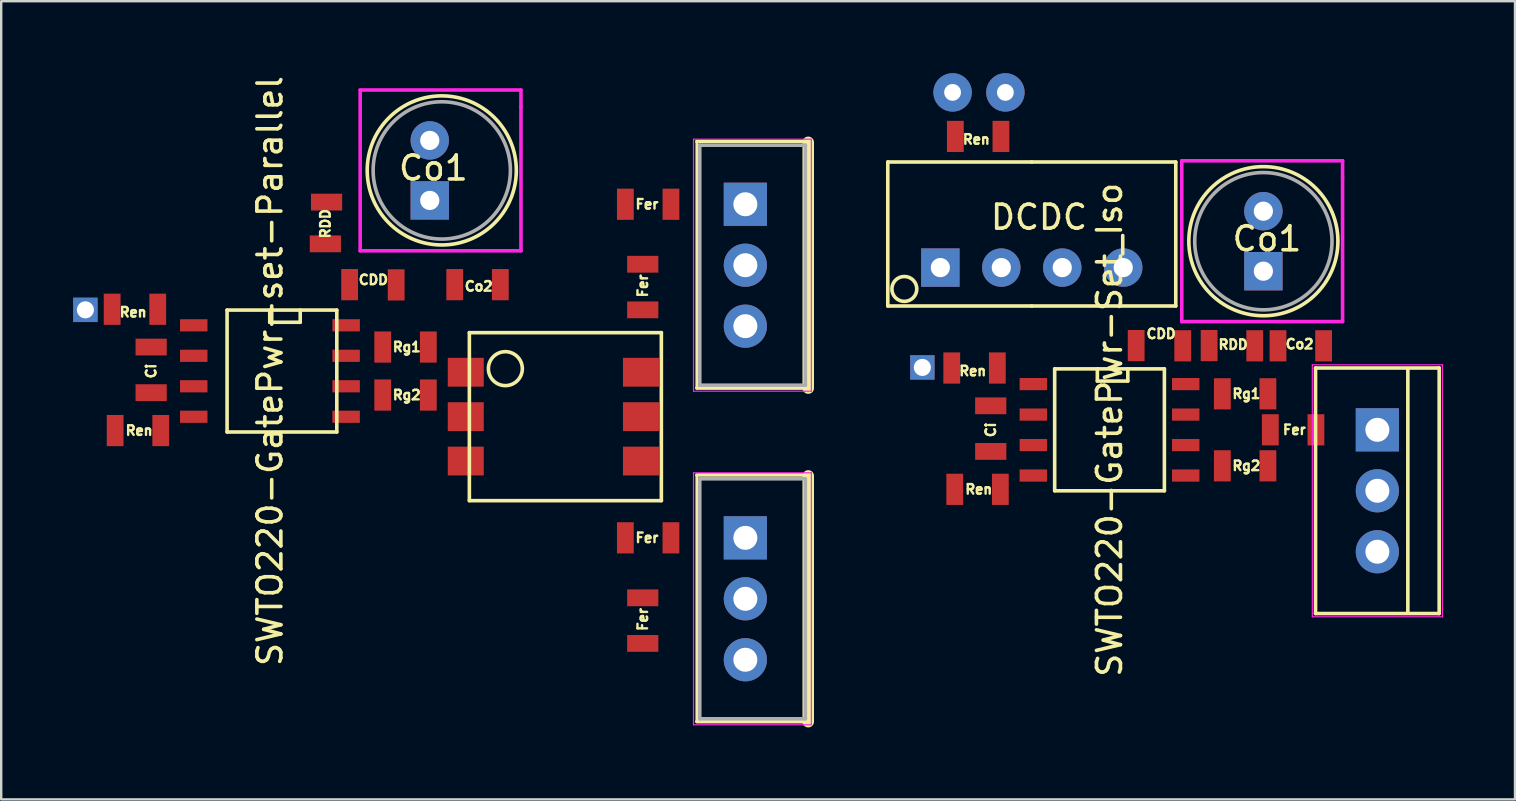
<source format=kicad_pcb>
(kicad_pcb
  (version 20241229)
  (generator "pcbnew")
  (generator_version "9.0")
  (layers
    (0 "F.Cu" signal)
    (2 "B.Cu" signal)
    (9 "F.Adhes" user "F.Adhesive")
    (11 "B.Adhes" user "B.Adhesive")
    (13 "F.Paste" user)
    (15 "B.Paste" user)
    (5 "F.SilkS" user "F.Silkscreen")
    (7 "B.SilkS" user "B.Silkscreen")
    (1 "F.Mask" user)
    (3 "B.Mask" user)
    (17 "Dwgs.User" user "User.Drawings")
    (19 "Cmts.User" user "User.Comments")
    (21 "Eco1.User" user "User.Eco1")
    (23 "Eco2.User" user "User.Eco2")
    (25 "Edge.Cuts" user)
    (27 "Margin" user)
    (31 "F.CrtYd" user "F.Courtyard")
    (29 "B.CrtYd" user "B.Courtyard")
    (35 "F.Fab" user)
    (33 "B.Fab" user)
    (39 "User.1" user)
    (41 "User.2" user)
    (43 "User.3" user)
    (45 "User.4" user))
  (footprint "SWTO220-GatePwr-set-Parallel"
    (layer "F.Cu")
    (at 28.008 14.951)
    (property "Reference" "SWTO220-GatePwr-set-Parallel" (at -19.81 -2.54 90) (layer "F.SilkS") (effects (font (size 1 1) (thickness 0.15))))
    (attr smd)
    (fp_line (start -21.596 -5.08) (end -17.024 -5.08) (stroke (width 0.15) (type solid)) (layer "F.SilkS"))
    (fp_line (start -21.596 0) (end -21.596 -5.08) (stroke (width 0.15) (type solid)) (layer "F.SilkS"))
    (fp_line (start -19.818 -4.572) (end -19.818 -5.08) (stroke (width 0.15) (type solid)) (layer "F.SilkS"))
    (fp_line (start -18.548 -5.08) (end -18.548 -4.572) (stroke (width 0.15) (type solid)) (layer "F.SilkS"))
    (fp_line (start -18.548 -4.572) (end -19.818 -4.572) (stroke (width 0.15) (type solid)) (layer "F.SilkS"))
    (fp_line (start -17.024 -5.08) (end -17.024 0) (stroke (width 0.15) (type solid)) (layer "F.SilkS"))
    (fp_line (start -17.024 0) (end -21.596 0) (stroke (width 0.15) (type solid)) (layer "F.SilkS"))
    (fp_line (start -11.5 -4.14) (end -3.5 -4.14) (stroke (width 0.15) (type solid)) (layer "F.SilkS"))
    (fp_line (start -11.5 2.86) (end -11.5 -4.14) (stroke (width 0.15) (type solid)) (layer "F.SilkS"))
    (fp_line (start -3.5 -4.14) (end -3.5 2.86) (stroke (width 0.15) (type solid)) (layer "F.SilkS"))
    (fp_line (start -3.5 2.86) (end -11.5 2.86) (stroke (width 0.15) (type solid)) (layer "F.SilkS"))
    (fp_line (start -2.021 -12.07) (end -2.021 -1.83) (stroke (width 0.12) (type solid)) (layer "F.SilkS"))
    (fp_line (start -2.021 1.83) (end -2.021 12.07) (stroke (width 0.12) (type solid)) (layer "F.SilkS"))
    (fp_line (start 2.62 -12.11) (end -2.021 -12.11) (stroke (width 0.15) (type solid)) (layer "F.SilkS"))
    (fp_line (start 2.62 -12.07) (end 2.62 -1.83) (stroke (width 0.48) (type solid)) (layer "F.SilkS"))
    (fp_line (start 2.62 -1.83) (end -2.021 -1.83) (stroke (width 0.15) (type solid)) (layer "F.SilkS"))
    (fp_line (start 2.62 1.79) (end -2.021 1.79) (stroke (width 0.15) (type solid)) (layer "F.SilkS"))
    (fp_line (start 2.62 1.83) (end 2.62 12.07) (stroke (width 0.48) (type solid)) (layer "F.SilkS"))
    (fp_line (start 2.62 12.07) (end -2.021 12.07) (stroke (width 0.15) (type solid)) (layer "F.SilkS"))
    (fp_circle (center -12.65 -10.9) (end -15.25 -9.2) (stroke (width 0.15) (type solid)) (fill no) (layer "F.SilkS"))
    (fp_circle (center -10 -2.64) (end -10.5 -3.14) (stroke (width 0.15) (type solid)) (fill no) (layer "F.SilkS"))
    (fp_line (start -16.05 -14.25) (end -9.35 -14.25) (stroke (width 0.15) (type solid)) (layer "F.CrtYd"))
    (fp_line (start -16.05 -7.55) (end -16.05 -14.25) (stroke (width 0.15) (type solid)) (layer "F.CrtYd"))
    (fp_line (start -9.35 -13.55) (end -9.35 -14.25) (stroke (width 0.15) (type solid)) (layer "F.CrtYd"))
    (fp_line (start -9.35 -7.55) (end -16.05 -7.55) (stroke (width 0.15) (type solid)) (layer "F.CrtYd"))
    (fp_line (start -9.35 -7.55) (end -9.35 -13.55) (stroke (width 0.15) (type solid)) (layer "F.CrtYd"))
    (fp_line (start -2.16 -12.2) (end -2.16 -1.7) (stroke (width 0.05) (type solid)) (layer "F.CrtYd"))
    (fp_line (start -2.16 -1.7) (end 2.75 -1.7) (stroke (width 0.05) (type solid)) (layer "F.CrtYd"))
    (fp_line (start -2.16 1.7) (end -2.16 12.2) (stroke (width 0.05) (type solid)) (layer "F.CrtYd"))
    (fp_line (start -2.16 12.2) (end 2.75 12.2) (stroke (width 0.05) (type solid)) (layer "F.CrtYd"))
    (fp_line (start 2.75 -12.2) (end -2.16 -12.2) (stroke (width 0.05) (type solid)) (layer "F.CrtYd"))
    (fp_line (start 2.75 -1.7) (end 2.75 -12.2) (stroke (width 0.05) (type solid)) (layer "F.CrtYd"))
    (fp_line (start 2.75 1.7) (end -2.16 1.7) (stroke (width 0.05) (type solid)) (layer "F.CrtYd"))
    (fp_line (start 2.75 12.2) (end 2.75 1.7) (stroke (width 0.05) (type solid)) (layer "F.CrtYd"))
    (fp_line (start -1.9 -11.95) (end -1.9 -1.95) (stroke (width 0.15) (type solid)) (layer "F.Fab"))
    (fp_line (start -1.9 -1.95) (end 2.5 -1.95) (stroke (width 0.15) (type solid)) (layer "F.Fab"))
    (fp_line (start -1.9 1.95) (end -1.9 11.95) (stroke (width 0.15) (type solid)) (layer "F.Fab"))
    (fp_line (start -1.9 11.95) (end 2.5 11.95) (stroke (width 0.15) (type solid)) (layer "F.Fab"))
    (fp_line (start 2.5 -11.95) (end -1.9 -11.95) (stroke (width 0.15) (type solid)) (layer "F.Fab"))
    (fp_line (start 2.5 -1.95) (end 2.5 -11.95) (stroke (width 0.15) (type solid)) (layer "F.Fab"))
    (fp_line (start 2.5 1.95) (end -1.9 1.95) (stroke (width 0.15) (type solid)) (layer "F.Fab"))
    (fp_line (start 2.5 11.95) (end 2.5 1.95) (stroke (width 0.15) (type solid)) (layer "F.Fab"))
    (fp_circle (center -12.65 -10.9) (end -14.95 -9.2) (stroke (width 0.15) (type solid)) (fill no) (layer "F.Fab"))
    (fp_text user "Fer" (at -4.1 -9.49 180) (layer "F.SilkS") (effects (font (size 0.4 0.4) (thickness 0.1))))
    (fp_text user "Fer" (at -4.1 4.41 180) (layer "F.SilkS") (effects (font (size 0.4 0.4) (thickness 0.1))))
    (fp_text user "Co1" (at -13 -11 0) (layer "F.SilkS") (effects (font (size 1 1) (thickness 0.15))))
    (fp_text user "Co2" (at -11.11 -6.07 180) (layer "F.SilkS") (effects (font (size 0.4 0.4) (thickness 0.1))))
    (fp_text user "CDD" (at -15.5 -6.34 180) (layer "F.SilkS") (effects (font (size 0.4 0.4) (thickness 0.1))))
    (fp_text user "Rg2" (at -14.11 -1.54 0) (layer "F.SilkS") (effects (font (size 0.4 0.4) (thickness 0.1))))
    (fp_text user "Fer" (at -4.275 7.81 90) (layer "F.SilkS") (effects (font (size 0.4 0.4) (thickness 0.1))))
    (fp_text user "Fer" (at -4.275 -6.09 90) (layer "F.SilkS") (effects (font (size 0.4 0.4) (thickness 0.1))))
    (fp_text user "Ren" (at -25.26 -0.06 0) (layer "F.SilkS") (effects (font (size 0.4 0.4) (thickness 0.1))))
    (fp_text user "Ren" (at -25.51 -4.99 0) (layer "F.SilkS") (effects (font (size 0.4 0.4) (thickness 0.1))))
    (fp_text user "RDD" (at -17.5 -8.68 90) (layer "F.SilkS") (effects (font (size 0.4 0.4) (thickness 0.1))))
    (fp_text user "Rg1" (at -14.11 -3.54 0) (layer "F.SilkS") (effects (font (size 0.4 0.4) (thickness 0.1))))
    (fp_text user "Ci" (at -24.76 -2.54 90) (layer "F.SilkS") (effects (font (size 0.4 0.4) (thickness 0.1))))
    (pad "+Vo" smd rect (at -17.45 -9.58 90) (size 0.7 1.3) (layers "F.Cu" "F.Mask" "F.Paste"))
    (pad "+Vo" thru_hole rect (at -13.15 -9.65 180) (size 1.6 1.6) (drill 0.8) (layers "*.Cu" "*.Mask"))
    (pad "+Vo" smd rect (at -10.21 -6.14) (size 0.7 1.3) (layers "F.Cu" "F.Mask" "F.Paste"))
    (pad "1" smd rect (at -13.21 -3.54) (size 0.7 1.3) (layers "F.Cu" "F.Mask" "F.Paste"))
    (pad "1" smd rect (at -13.21 -1.54) (size 0.7 1.3) (layers "F.Cu" "F.Mask" "F.Paste"))
    (pad "1" smd rect (at -11.65 -2.49 180) (size 1.5 1.2) (layers "F.Cu" "F.Mask" "F.Paste"))
    (pad "2" smd rect (at -11.65 -0.64 180) (size 1.5 1.2) (layers "F.Cu" "F.Mask" "F.Paste"))
    (pad "3" smd rect (at -16.635 -0.635 270) (size 0.508 1.143) (layers "F.Cu" "F.Mask" "F.Paste"))
    (pad "3" smd rect (at -14.55 -6.13 180) (size 0.7 1.3) (layers "F.Cu" "F.Mask" "F.Paste"))
    (pad "3" thru_hole circle (at -13.15 -12.15 180) (size 1.6 1.6) (drill 0.8) (layers "*.Cu" "*.Mask"))
    (pad "3" smd rect (at -12.11 -6.14) (size 0.7 1.3) (layers "F.Cu" "F.Mask" "F.Paste"))
    (pad "3" smd rect (at -11.65 1.21 180) (size 1.5 1.2) (layers "F.Cu" "F.Mask" "F.Paste"))
    (pad "5" smd rect (at -4.35 -0.64 180) (size 1.5 1.2) (layers "F.Cu" "F.Mask" "F.Paste"))
    (pad "6" smd rect (at -5 -9.49 180) (size 0.7 1.3) (layers "F.Cu" "F.Mask" "F.Paste"))
    (pad "6" smd rect (at -5 4.41 180) (size 0.7 1.3) (layers "F.Cu" "F.Mask" "F.Paste"))
    (pad "6" smd rect (at -4.35 -2.49 180) (size 1.5 1.2) (layers "F.Cu" "F.Mask" "F.Paste"))
    (pad "6" smd rect (at -4.275 -6.99 90) (size 0.7 1.3) (layers "F.Cu" "F.Mask" "F.Paste"))
    (pad "6" smd rect (at -4.275 6.91 90) (size 0.7 1.3) (layers "F.Cu" "F.Mask" "F.Paste"))
    (pad "D" thru_hole circle (at 0 -6.95 180) (size 1.8 1.8) (drill 1) (layers "*.Cu" "*.Mask"))
    (pad "D" thru_hole circle (at 0 6.95 180) (size 1.8 1.8) (drill 1) (layers "*.Cu" "*.Mask"))
    (pad "EN" smd rect (at -24.36 -0.06) (size 0.7 1.3) (layers "F.Cu" "F.Mask" "F.Paste"))
    (pad "EN" smd rect (at -22.985 -0.635 270) (size 0.508 1.143) (layers "F.Cu" "F.Mask" "F.Paste"))
    (pad "GNDi" smd rect (at -24.76 -1.64 270) (size 0.7 1.3) (layers "F.Cu" "F.Mask" "F.Paste"))
    (pad "GNDi" smd rect (at -22.985 -1.905 270) (size 0.508 1.143) (layers "F.Cu" "F.Mask" "F.Paste"))
    (pad "Ga" smd rect (at -3.1 -9.49 180) (size 0.7 1.3) (layers "F.Cu" "F.Mask" "F.Paste"))
    (pad "Ga" thru_hole rect (at 0 -9.49 180) (size 1.8 1.8) (drill 1) (layers "*.Cu" "*.Mask"))
    (pad "Gb" smd rect (at -3.1 4.41 180) (size 0.7 1.3) (layers "F.Cu" "F.Mask" "F.Paste"))
    (pad "Gb" thru_hole rect (at 0 4.41 180) (size 1.8 1.8) (drill 1) (layers "*.Cu" "*.Mask"))
    (pad "S" smd rect (at -4.35 1.21 180) (size 1.5 1.2) (layers "F.Cu" "F.Mask" "F.Paste"))
    (pad "S" smd rect (at -4.275 -5.09 90) (size 0.7 1.3) (layers "F.Cu" "F.Mask" "F.Paste"))
    (pad "S" smd rect (at -4.275 8.81 90) (size 0.7 1.3) (layers "F.Cu" "F.Mask" "F.Paste"))
    (pad "S" thru_hole circle (at 0 -4.41 180) (size 1.8 1.8) (drill 1) (layers "*.Cu" "*.Mask"))
    (pad "S" thru_hole circle (at 0 9.49 180) (size 1.8 1.8) (drill 1) (layers "*.Cu" "*.Mask"))
    (pad "VDD" smd rect (at -17.5 -7.84 90) (size 0.7 1.3) (layers "F.Cu" "F.Mask" "F.Paste"))
    (pad "VDD" smd rect (at -16.635 -4.445 270) (size 0.508 1.143) (layers "F.Cu" "F.Mask" "F.Paste"))
    (pad "VDD" smd rect (at -16.49 -6.14 180) (size 0.7 1.3) (layers "F.Cu" "F.Mask" "F.Paste"))
    (pad "VDDi" smd rect (at -26.26 -0.06) (size 0.7 1.3) (layers "F.Cu" "F.Mask" "F.Paste"))
    (pad "VDDi" smd rect (at -24.76 -3.54 270) (size 0.7 1.3) (layers "F.Cu" "F.Mask" "F.Paste"))
    (pad "VDDi" smd rect (at -22.985 -3.175 270) (size 0.508 1.143) (layers "F.Cu" "F.Mask" "F.Paste"))
    (pad "VI" smd rect (at -24.485 -5.115) (size 0.7 1.3) (layers "F.Cu" "F.Mask" "F.Paste"))
    (pad "VI" smd rect (at -22.985 -4.445 270) (size 0.508 1.143) (layers "F.Cu" "F.Mask" "F.Paste"))
    (pad "Vg+" smd rect (at -16.635 -3.175 270) (size 0.508 1.143) (layers "F.Cu" "F.Mask" "F.Paste"))
    (pad "Vg+" smd rect (at -15.11 -3.54) (size 0.7 1.3) (layers "F.Cu" "F.Mask" "F.Paste"))
    (pad "Vg-" smd rect (at -16.635 -1.905 270) (size 0.508 1.143) (layers "F.Cu" "F.Mask" "F.Paste"))
    (pad "Vg-" smd rect (at -15.11 -1.54) (size 0.7 1.3) (layers "F.Cu" "F.Mask" "F.Paste"))
    (pad "Vsig" thru_hole rect (at -27.5 -5.09 270) (size 1.016 1.016) (drill 0.711) (layers "*.Cu" "*.Mask"))
    (pad "Vsig" smd rect (at -26.385 -5.115) (size 0.7 1.3) (layers "F.Cu" "F.Mask" "F.Paste")))
  (footprint "SWTO220-GatePwr-Set_Iso"
    (layer "F.Cu")
    (at 54.343 17.4)
    (property "Reference" "SWTO220-GatePwr-Set_Iso" (at -11.16 -2.54 90) (layer "F.SilkS") (effects (font (size 1 1) (thickness 0.15))))
    (attr smd)
    (fp_line (start -20.4 -13.7) (end -14.4 -13.7) (stroke (width 0.15) (type solid)) (layer "F.SilkS"))
    (fp_line (start -20.4 -7.7) (end -20.4 -13.7) (stroke (width 0.15) (type solid)) (layer "F.SilkS"))
    (fp_line (start -14.4 -13.7) (end -8.4 -13.7) (stroke (width 0.15) (type solid)) (layer "F.SilkS"))
    (fp_line (start -14.4 -7.7) (end -20.4 -7.7) (stroke (width 0.15) (type solid)) (layer "F.SilkS"))
    (fp_line (start -13.446 -5.08) (end -8.874 -5.08) (stroke (width 0.15) (type solid)) (layer "F.SilkS"))
    (fp_line (start -13.446 0) (end -13.446 -5.08) (stroke (width 0.15) (type solid)) (layer "F.SilkS"))
    (fp_line (start -11.668 -4.572) (end -11.668 -5.08) (stroke (width 0.15) (type solid)) (layer "F.SilkS"))
    (fp_line (start -10.398 -5.08) (end -10.398 -4.572) (stroke (width 0.15) (type solid)) (layer "F.SilkS"))
    (fp_line (start -10.398 -4.572) (end -11.668 -4.572) (stroke (width 0.15) (type solid)) (layer "F.SilkS"))
    (fp_line (start -8.874 -5.08) (end -8.874 0) (stroke (width 0.15) (type solid)) (layer "F.SilkS"))
    (fp_line (start -8.874 0) (end -13.446 0) (stroke (width 0.15) (type solid)) (layer "F.SilkS"))
    (fp_line (start -8.4 -13.7) (end -8.4 -7.7) (stroke (width 0.15) (type solid)) (layer "F.SilkS"))
    (fp_line (start -8.4 -7.7) (end -14.4 -7.7) (stroke (width 0.15) (type solid)) (layer "F.SilkS"))
    (fp_line (start -2.576 -5.116) (end 2.576 -5.116) (stroke (width 0.15) (type solid)) (layer "F.SilkS"))
    (fp_line (start -2.576 5.115) (end -2.576 -5.116) (stroke (width 0.15) (type solid)) (layer "F.SilkS"))
    (fp_line (start 1.27 -5.08) (end 1.27 5.08) (stroke (width 0.15) (type solid)) (layer "F.SilkS"))
    (fp_line (start 2.576 -5.116) (end 2.576 5.115) (stroke (width 0.15) (type solid)) (layer "F.SilkS"))
    (fp_line (start 2.576 5.115) (end -2.576 5.115) (stroke (width 0.15) (type solid)) (layer "F.SilkS"))
    (fp_circle (center -19.71 -8.41) (end -19.24 -8.19) (stroke (width 0.15) (type solid)) (fill no) (layer "F.SilkS"))
    (fp_circle (center -4.75 -10.4) (end -7.35 -8.7) (stroke (width 0.15) (type solid)) (fill no) (layer "F.SilkS"))
    (fp_line (start -8.15 -13.75) (end -1.45 -13.75) (stroke (width 0.15) (type solid)) (layer "F.CrtYd"))
    (fp_line (start -8.15 -7.05) (end -8.15 -13.75) (stroke (width 0.15) (type solid)) (layer "F.CrtYd"))
    (fp_line (start -2.71 -5.25) (end -2.71 5.25) (stroke (width 0.05) (type solid)) (layer "F.CrtYd"))
    (fp_line (start -2.71 5.25) (end 2.71 5.25) (stroke (width 0.05) (type solid)) (layer "F.CrtYd"))
    (fp_line (start -1.45 -13.05) (end -1.45 -13.75) (stroke (width 0.15) (type solid)) (layer "F.CrtYd"))
    (fp_line (start -1.45 -7.05) (end -8.15 -7.05) (stroke (width 0.15) (type solid)) (layer "F.CrtYd"))
    (fp_line (start -1.45 -7.05) (end -1.45 -13.05) (stroke (width 0.15) (type solid)) (layer "F.CrtYd"))
    (fp_line (start 2.71 -5.25) (end -2.71 -5.25) (stroke (width 0.05) (type solid)) (layer "F.CrtYd"))
    (fp_line (start 2.71 5.25) (end 2.71 -5.25) (stroke (width 0.05) (type solid)) (layer "F.CrtYd"))
    (fp_circle (center -4.75 -10.4) (end -7.05 -8.7) (stroke (width 0.15) (type solid)) (fill no) (layer "F.Fab"))
    (fp_text user "Ren" (at -16.86 -4.99 0) (layer "F.SilkS") (effects (font (size 0.4 0.4) (thickness 0.1))))
    (fp_text user "CDD" (at -9.01 -6.54 0) (layer "F.SilkS") (effects (font (size 0.4 0.4) (thickness 0.1))))
    (fp_text user "Co1" (at -4.6 -10.5 0) (layer "F.SilkS") (effects (font (size 1 1) (thickness 0.15))))
    (fp_text user "DCDC" (at -14.1 -11.4 0) (layer "F.SilkS") (effects (font (size 1 1) (thickness 0.15))))
    (fp_text user "Ren" (at -16.71 -14.64 0) (layer "F.SilkS") (effects (font (size 0.4 0.4) (thickness 0.1))))
    (fp_text user "Fer" (at -3.46 -2.54 0) (layer "F.SilkS") (effects (font (size 0.4 0.4) (thickness 0.1))))
    (fp_text user "RDD" (at -6.01 -6.09 0) (layer "F.SilkS") (effects (font (size 0.4 0.4) (thickness 0.1))))
    (fp_text user "Rg2" (at -5.46 -1.04 0) (layer "F.SilkS") (effects (font (size 0.4 0.4) (thickness 0.1))))
    (fp_text user "Ci" (at -16.11 -2.54 90) (layer "F.SilkS") (effects (font (size 0.4 0.4) (thickness 0.1))))
    (fp_text user "Co2" (at -3.24 -6.11 0) (layer "F.SilkS") (effects (font (size 0.4 0.4) (thickness 0.1))))
    (fp_text user "Ren" (at -16.61 -0.06 0) (layer "F.SilkS") (effects (font (size 0.4 0.4) (thickness 0.1))))
    (fp_text user "Rg1" (at -5.46 -4.04 0) (layer "F.SilkS") (effects (font (size 0.4 0.4) (thickness 0.1))))
    (pad "+Vi" smd rect (at -15.685 -14.765) (size 0.7 1.3) (layers "F.Cu" "F.Mask" "F.Paste"))
    (pad "+Vi" thru_hole circle (at -15.67 -9.3 90) (size 1.6 1.6) (drill 0.8) (layers "*.Cu" "*.Mask"))
    (pad "+Vi" thru_hole circle (at -15.5 -16.6) (size 1.6 1.6) (drill 0.7) (layers "*.Cu" "*.Mask"))
    (pad "+Vo" thru_hole circle (at -10.59 -9.3 90) (size 1.6 1.6) (drill 0.8) (layers "*.Cu" "*.Mask"))
    (pad "+Vo" smd rect (at -5.11 -6.04) (size 0.7 1.3) (layers "F.Cu" "F.Mask" "F.Paste"))
    (pad "+Vo" thru_hole rect (at -4.75 -9.15 180) (size 1.6 1.6) (drill 0.8) (layers "*.Cu" "*.Mask"))
    (pad "+Vo" smd rect (at -4.14 -6.04 180) (size 0.7 1.3) (layers "F.Cu" "F.Mask" "F.Paste"))
    (pad "-Vi" thru_hole rect (at -18.21 -9.3 90) (size 1.6 1.6) (drill 0.8) (layers "*.Cu" "*.Mask"))
    (pad "-Vi" thru_hole circle (at -17.7 -16.6) (size 1.6 1.6) (drill 0.7) (layers "*.Cu" "*.Mask"))
    (pad "-Vi" smd rect (at -17.585 -14.765) (size 0.7 1.3) (layers "F.Cu" "F.Mask" "F.Paste"))
    (pad "D" thru_hole circle (at 0 0 180) (size 1.8 1.8) (drill 1) (layers "*.Cu" "*.Mask"))
    (pad "EN" smd rect (at -15.71 -0.06) (size 0.7 1.3) (layers "F.Cu" "F.Mask" "F.Paste"))
    (pad "EN" smd rect (at -14.335 -0.635 270) (size 0.508 1.143) (layers "F.Cu" "F.Mask" "F.Paste"))
    (pad "G" smd rect (at -2.56 -2.54) (size 0.7 1.3) (layers "F.Cu" "F.Mask" "F.Paste"))
    (pad "G" thru_hole rect (at 0 -2.54 180) (size 1.8 1.8) (drill 1) (layers "*.Cu" "*.Mask"))
    (pad "GNDi" smd rect (at -16.11 -1.64 270) (size 0.7 1.3) (layers "F.Cu" "F.Mask" "F.Paste"))
    (pad "GNDi" smd rect (at -14.335 -1.905 270) (size 0.508 1.143) (layers "F.Cu" "F.Mask" "F.Paste"))
    (pad "S" thru_hole circle (at -13.13 -9.3 90) (size 1.6 1.6) (drill 0.8) (layers "*.Cu" "*.Mask"))
    (pad "S" smd rect (at -10.05 -6.05) (size 0.7 1.3) (layers "F.Cu" "F.Mask" "F.Paste"))
    (pad "S" smd rect (at -7.985 -0.635 270) (size 0.508 1.143) (layers "F.Cu" "F.Mask" "F.Paste"))
    (pad "S" thru_hole circle (at -4.75 -11.65 180) (size 1.6 1.6) (drill 0.8) (layers "*.Cu" "*.Mask"))
    (pad "S" smd rect (at -2.24 -6.04 180) (size 0.7 1.3) (layers "F.Cu" "F.Mask" "F.Paste"))
    (pad "S" thru_hole circle (at 0 2.54 180) (size 1.8 1.8) (drill 1) (layers "*.Cu" "*.Mask"))
    (pad "VDD" smd rect (at -8.11 -6.04) (size 0.7 1.3) (layers "F.Cu" "F.Mask" "F.Paste"))
    (pad "VDD" smd rect (at -7.985 -4.445 270) (size 0.508 1.143) (layers "F.Cu" "F.Mask" "F.Paste"))
    (pad "VDD" smd rect (at -7.01 -6.05) (size 0.7 1.3) (layers "F.Cu" "F.Mask" "F.Paste"))
    (pad "VDDi" smd rect (at -17.61 -0.06) (size 0.7 1.3) (layers "F.Cu" "F.Mask" "F.Paste"))
    (pad "VDDi" smd rect (at -16.11 -3.54 270) (size 0.7 1.3) (layers "F.Cu" "F.Mask" "F.Paste"))
    (pad "VDDi" smd rect (at -14.335 -3.175 270) (size 0.508 1.143) (layers "F.Cu" "F.Mask" "F.Paste"))
    (pad "VI" smd rect (at -15.835 -5.115) (size 0.7 1.3) (layers "F.Cu" "F.Mask" "F.Paste"))
    (pad "VI" smd rect (at -14.335 -4.445 270) (size 0.508 1.143) (layers "F.Cu" "F.Mask" "F.Paste"))
    (pad "Vg" smd rect (at -4.56 -4.04) (size 0.7 1.3) (layers "F.Cu" "F.Mask" "F.Paste"))
    (pad "Vg" smd rect (at -4.56 -1.04) (size 0.7 1.3) (layers "F.Cu" "F.Mask" "F.Paste"))
    (pad "Vg" smd rect (at -4.46 -2.54) (size 0.7 1.3) (layers "F.Cu" "F.Mask" "F.Paste"))
    (pad "Vg+" smd rect (at -7.985 -3.175 270) (size 0.508 1.143) (layers "F.Cu" "F.Mask" "F.Paste"))
    (pad "Vg+" smd rect (at -6.46 -4.04) (size 0.7 1.3) (layers "F.Cu" "F.Mask" "F.Paste"))
    (pad "Vg-" smd rect (at -7.985 -1.905 270) (size 0.508 1.143) (layers "F.Cu" "F.Mask" "F.Paste"))
    (pad "Vg-" smd rect (at -6.46 -1.04) (size 0.7 1.3) (layers "F.Cu" "F.Mask" "F.Paste"))
    (pad "Vsig" thru_hole rect (at -18.96 -5.14 270) (size 1.016 1.016) (drill 0.711) (layers "*.Cu" "*.Mask"))
    (pad "Vsig" smd rect (at -17.735 -5.115) (size 0.7 1.3) (layers "F.Cu" "F.Mask" "F.Paste")))
  (gr_rect
    (start -3 -3)
    (end 60.078 30.261)
    (stroke (width 0.1) (type default))
    (fill no)
    (layer "Edge.Cuts")))
</source>
